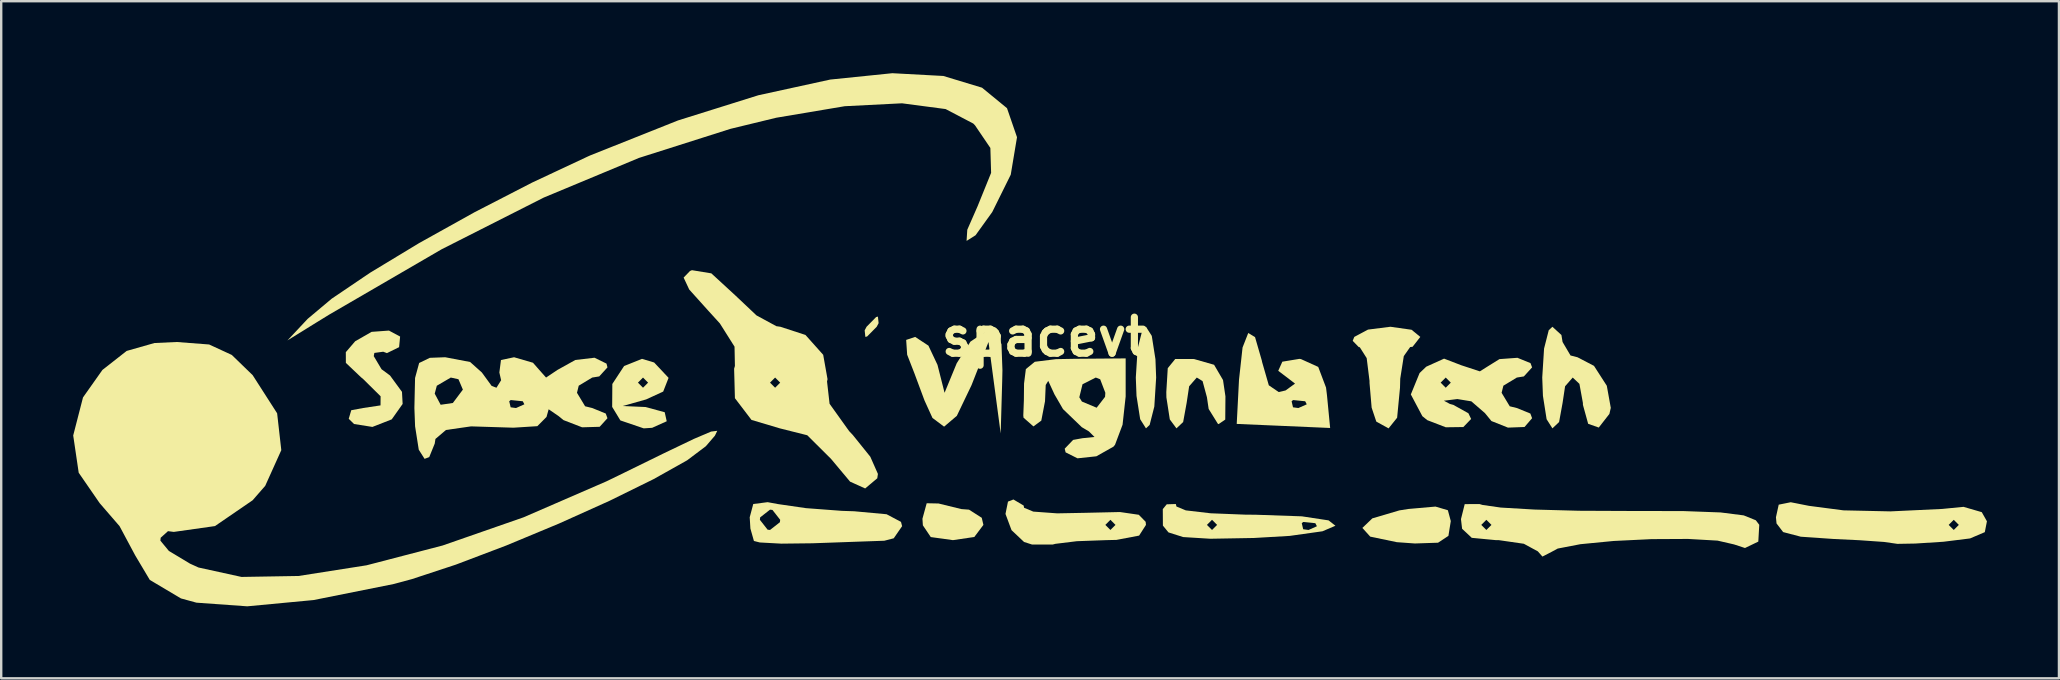
<source format=kicad_pcb>
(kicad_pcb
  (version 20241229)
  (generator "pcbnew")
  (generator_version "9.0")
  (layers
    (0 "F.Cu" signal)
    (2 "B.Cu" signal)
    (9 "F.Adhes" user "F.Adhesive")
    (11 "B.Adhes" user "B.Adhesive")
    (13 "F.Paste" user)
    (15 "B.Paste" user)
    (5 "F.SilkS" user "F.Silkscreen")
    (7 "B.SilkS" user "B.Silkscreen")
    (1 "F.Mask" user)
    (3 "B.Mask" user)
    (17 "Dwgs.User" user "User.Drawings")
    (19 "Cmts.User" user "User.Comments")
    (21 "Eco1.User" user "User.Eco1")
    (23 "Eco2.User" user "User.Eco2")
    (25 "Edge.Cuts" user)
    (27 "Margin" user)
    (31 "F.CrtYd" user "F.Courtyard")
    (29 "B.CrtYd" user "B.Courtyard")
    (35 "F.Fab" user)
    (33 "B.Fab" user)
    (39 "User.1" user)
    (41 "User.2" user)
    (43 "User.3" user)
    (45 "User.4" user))
  (footprint "spacevt"
    (layer "F.Cu")
    (at 40.462 10.987)
    (property "Reference" "spacevt" (at 0 0 0) (layer "F.SilkS") (effects (font (size 1.5 1.5) (thickness 0.3))))
    (attr board_only exclude_from_pos_files exclude_from_bom)
    (fp_poly (pts (xy -6.906 -0.573) (xy -6.985 -0.423) (xy -7.384 -0.019) (xy -7.458 0) (xy -7.487 -0.273) (xy -7.408 -0.423) (xy -7.009 -0.828) (xy -6.935 -0.847)) (stroke (width 0) (type solid)) (fill yes) (layer "F.SilkS"))
    (fp_poly (pts (xy -4.41 6.94) (xy -3.457 7.173) (xy -3.14 7.197) (xy -2.609 7.536) (xy -2.54 7.832) (xy -2.919 8.336) (xy -3.81 8.467) (xy -4.733 8.339) (xy -5.062 7.85) (xy -5.08 7.575) (xy -4.903 6.93)) (stroke (width 0) (type solid)) (fill yes) (layer "F.SilkS"))
    (fp_poly (pts (xy 4.475 -0.043) (xy 4.628 0.931) (xy 4.657 1.693) (xy 4.581 2.901) (xy 4.386 3.667) (xy 4.233 3.81) (xy 3.992 3.429) (xy 3.839 2.456) (xy 3.81 1.693) (xy 3.886 0.486) (xy 4.081 -0.28) (xy 4.233 -0.423)) (stroke (width 0) (type solid)) (fill yes) (layer "F.SilkS"))
    (fp_poly (pts (xy 16.811 7.221) (xy 16.933 7.672) (xy 16.834 8.289) (xy 16.402 8.574) (xy 15.437 8.606) (xy 14.685 8.552) (xy 13.577 8.321) (xy 13.249 7.958) (xy 13.664 7.56) (xy 14.789 7.228) (xy 15.169 7.168) (xy 16.295 7.069)) (stroke (width 0) (type solid)) (fill yes) (layer "F.SilkS"))
    (fp_poly (pts (xy 15.299 -0.298) (xy 15.663 0) (xy 15.341 0.411) (xy 15.24 0.423) (xy 14.975 0.799) (xy 14.827 1.737) (xy 14.817 2.117) (xy 14.697 3.367) (xy 14.34 3.811) (xy 13.829 3.528) (xy 13.635 2.947) (xy 13.547 1.918) (xy 13.547 1.834) (xy 13.429 0.884) (xy 13.141 0.43) (xy 13.098 0.423) (xy 12.846 0.164) (xy 12.912 0) (xy 13.484 -0.305) (xy 14.418 -0.423)) (stroke (width 0) (type solid)) (fill yes) (layer "F.SilkS"))
    (fp_poly (pts (xy 6.21 0.92) (xy 6.244 0.924) (xy 7.071 1.161) (xy 7.443 1.797) (xy 7.544 2.478) (xy 7.536 3.444) (xy 7.258 3.634) (xy 7.227 3.617) (xy 6.845 3.002) (xy 6.773 2.515) (xy 6.591 1.841) (xy 6.35 1.693) (xy 6.032 2.056) (xy 5.927 2.752) (xy 5.782 3.547) (xy 5.503 3.81) (xy 5.226 3.437) (xy 5.084 2.519) (xy 5.08 2.3) (xy 5.141 1.302) (xy 5.453 0.919)) (stroke (width 0) (type solid)) (fill yes) (layer "F.SilkS"))
    (fp_poly (pts (xy -16.258 1.066) (xy -15.657 1.706) (xy -15.881 2.277) (xy -16.591 2.604) (xy -17.568 2.879) (xy -16.616 2.921) (xy -15.818 3.138) (xy -15.734 3.514) (xy -16.341 3.787) (xy -16.693 3.81) (xy -17.665 3.479) (xy -18.007 2.916) (xy -18 1.961) (xy -17.964 1.905) (xy -16.933 1.905) (xy -16.722 2.117) (xy -16.51 1.905) (xy -16.722 1.693) (xy -16.933 1.905) (xy -17.964 1.905) (xy -17.51 1.213) (xy -16.763 0.914)) (stroke (width 0) (type solid)) (fill yes) (layer "F.SilkS"))
    (fp_poly (pts (xy -1.991 -0.177) (xy -1.787 0.304) (xy -1.747 1.388) (xy -1.757 1.837) (xy -1.82 4.022) (xy -2.074 2.117) (xy -2.328 0.212) (xy -3.035 2.011) (xy -3.647 3.288) (xy -4.178 3.739) (xy -4.663 3.375) (xy -4.995 2.646) (xy -5.415 1.516) (xy -5.717 0.741) (xy -5.758 0.125) (xy -5.383 0) (xy -4.831 0.363) (xy -4.453 1.164) (xy -4.158 2.328) (xy -3.651 1.096) (xy -3.08 0.196) (xy -2.42 -0.242) (xy -2.418 -0.242)) (stroke (width 0) (type solid)) (fill yes) (layer "F.SilkS"))
    (fp_poly (pts (xy 21.542 -0.08) (xy 21.59 0.212) (xy 21.921 0.773) (xy 22.21 0.847) (xy 22.899 1.206) (xy 23.433 2.035) (xy 23.599 2.957) (xy 23.541 3.208) (xy 23.098 3.776) (xy 22.656 3.62) (xy 22.438 2.83) (xy 22.437 2.752) (xy 22.292 1.956) (xy 22.013 1.693) (xy 21.695 2.056) (xy 21.59 2.752) (xy 21.445 3.547) (xy 21.167 3.81) (xy 20.925 3.429) (xy 20.772 2.456) (xy 20.743 1.693) (xy 20.819 0.486) (xy 21.014 -0.28) (xy 21.167 -0.423)) (stroke (width 0) (type solid)) (fill yes) (layer "F.SilkS"))
    (fp_poly (pts (xy -26.842 -0.015) (xy -26.884 0.427) (xy -27.391 0.675) (xy -27.546 0.617) (xy -27.915 0.667) (xy -27.94 0.801) (xy -27.616 1.346) (xy -27.262 1.608) (xy -26.764 2.289) (xy -26.737 2.793) (xy -27.191 3.435) (xy -27.996 3.75) (xy -28.761 3.629) (xy -28.983 3.411) (xy -28.877 3.054) (xy -28.388 2.963) (xy -27.658 2.853) (xy -27.655 2.473) (xy -28.384 1.753) (xy -28.469 1.683) (xy -29.102 1.082) (xy -29.104 0.635) (xy -28.714 0.181) (xy -28.03 -0.211) (xy -27.307 -0.264)) (stroke (width 0) (type solid)) (fill yes) (layer "F.SilkS"))
    (fp_poly (pts (xy -0.862 7.027) (xy -0.847 7.117) (xy -0.463 7.278) (xy 0.534 7.351) (xy 1.693 7.329) (xy 3.149 7.296) (xy 3.934 7.41) (xy 4.22 7.703) (xy 4.233 7.832) (xy 3.947 8.278) (xy 3.003 8.457) (xy 2.575 8.467) (xy 1.355 8.511) (xy 0.459 8.621) (xy 0.352 8.649) (xy -0.517 8.649) (xy -0.847 8.543) (xy -1.368 8.051) (xy -1.45 7.832) (xy 2.54 7.832) (xy 2.752 8.043) (xy 2.963 7.832) (xy 2.752 7.62) (xy 2.54 7.832) (xy -1.45 7.832) (xy -1.62 7.375) (xy -1.516 6.861) (xy -1.289 6.773)) (stroke (width 0) (type solid)) (fill yes) (layer "F.SilkS"))
    (fp_poly (pts (xy 31.856 7.038) (xy 33.293 7.226) (xy 35.249 7.269) (xy 37.406 7.167) (xy 38.295 7.08) (xy 39.055 7.301) (xy 39.27 7.681) (xy 39.182 8.134) (xy 38.567 8.396) (xy 37.458 8.534) (xy 36.283 8.609) (xy 35.539 8.622) (xy 35.415 8.604) (xy 34.982 8.542) (xy 33.951 8.47) (xy 32.905 8.42) (xy 31.515 8.324) (xy 30.779 8.131) (xy 30.551 7.832) (xy 37.677 7.832) (xy 37.888 8.043) (xy 38.1 7.832) (xy 37.888 7.62) (xy 37.677 7.832) (xy 30.551 7.832) (xy 30.504 7.771) (xy 30.48 7.514) (xy 30.595 6.989) (xy 31.096 6.888)) (stroke (width 0) (type solid)) (fill yes) (layer "F.SilkS"))
    (fp_poly (pts (xy -11.098 6.965) (xy -9.933 7.134) (xy -8.434 7.247) (xy -7.923 7.264) (xy -6.574 7.388) (xy -5.974 7.706) (xy -5.927 7.885) (xy -6.276 8.39) (xy -6.668 8.492) (xy -7.503 8.521) (xy -8.819 8.568) (xy -9.667 8.598) (xy -10.959 8.613) (xy -11.856 8.564) (xy -12.101 8.502) (xy -12.248 7.983) (xy -12.27 7.62) (xy -11.853 7.62) (xy -11.531 8.031) (xy -11.43 8.043) (xy -11.019 7.721) (xy -11.007 7.62) (xy -11.329 7.209) (xy -11.43 7.197) (xy -11.841 7.519) (xy -11.853 7.62) (xy -12.27 7.62) (xy -12.277 7.516) (xy -12.129 6.962) (xy -11.53 6.885)) (stroke (width 0) (type solid)) (fill yes) (layer "F.SilkS"))
    (fp_poly (pts (xy 8.777 0.008) (xy 9.061 0.989) (xy 9.071 1.043) (xy 9.351 2.016) (xy 9.763 2.297) (xy 10.048 2.231) (xy 10.443 1.945) (xy 10.244 1.792) (xy 9.744 1.412) (xy 9.915 1.032) (xy 10.625 0.915) (xy 10.689 0.923) (xy 11.41 1.25) (xy 11.735 2.11) (xy 11.774 2.426) (xy 11.906 3.794) (xy 9.96 3.709) (xy 8.014 3.625) (xy 8.063 2.681) (xy 10.301 2.681) (xy 10.359 2.933) (xy 10.583 2.963) (xy 10.932 2.808) (xy 10.866 2.681) (xy 10.363 2.63) (xy 10.301 2.681) (xy 8.063 2.681) (xy 8.109 1.788) (xy 8.257 0.441) (xy 8.494 -0.163)) (stroke (width 0) (type solid)) (fill yes) (layer "F.SilkS"))
    (fp_poly (pts (xy 5.503 7.066) (xy 5.892 7.227) (xy 6.924 7.348) (xy 8.396 7.406) (xy 8.784 7.408) (xy 10.728 7.475) (xy 11.842 7.644) (xy 12.127 7.867) (xy 11.587 8.098) (xy 10.223 8.29) (xy 8.732 8.377) (xy 6.916 8.409) (xy 5.783 8.339) (xy 5.171 8.145) (xy 4.938 7.861) (xy 4.938 7.832) (xy 6.773 7.832) (xy 6.985 8.043) (xy 7.197 7.832) (xy 7.126 7.761) (xy 10.724 7.761) (xy 10.783 8.013) (xy 11.007 8.043) (xy 11.355 7.888) (xy 11.289 7.761) (xy 10.786 7.71) (xy 10.724 7.761) (xy 7.126 7.761) (xy 6.985 7.62) (xy 6.773 7.832) (xy 4.938 7.832) (xy 4.934 7.173) (xy 5.098 6.974) (xy 5.477 6.962)) (stroke (width 0) (type solid)) (fill yes) (layer "F.SilkS"))
    (fp_poly (pts (xy -4.209 -10.872) (xy -2.598 -10.384) (xy -1.557 -9.53) (xy -1.14 -8.32) (xy -1.401 -6.759) (xy -2.172 -5.202) (xy -2.868 -4.235) (xy -3.241 -4) (xy -3.212 -4.465) (xy -2.783 -5.443) (xy -2.219 -6.835) (xy -2.25 -7.872) (xy -2.889 -8.814) (xy -2.963 -8.89) (xy -4.114 -9.493) (xy -5.931 -9.733) (xy -8.316 -9.612) (xy -11.169 -9.132) (xy -13.078 -8.669) (xy -16.889 -7.458) (xy -20.858 -5.805) (xy -25.116 -3.649) (xy -29.793 -0.931) (xy -30.323 -0.605) (xy -31.538 0.147) (xy -30.692 -0.754) (xy -29.693 -1.592) (xy -28.091 -2.675) (xy -26.052 -3.908) (xy -23.746 -5.192) (xy -21.342 -6.43) (xy -19.009 -7.523) (xy -18.91 -7.567) (xy -15.264 -9.019) (xy -11.917 -10.068) (xy -8.922 -10.722) (xy -6.335 -10.987)) (stroke (width 0) (type solid)) (fill yes) (layer "F.SilkS"))
    (fp_poly (pts (xy 18.255 7.001) (xy 19.016 7.11) (xy 20.423 7.193) (xy 22.273 7.243) (xy 24.352 7.252) (xy 26.622 7.256) (xy 28.174 7.313) (xy 29.138 7.436) (xy 29.641 7.639) (xy 29.785 7.828) (xy 29.745 8.528) (xy 29.19 8.795) (xy 28.733 8.645) (xy 28.047 8.487) (xy 26.818 8.417) (xy 25.293 8.425) (xy 23.715 8.502) (xy 22.332 8.636) (xy 21.387 8.818) (xy 21.124 8.96) (xy 20.751 9.152) (xy 20.56 8.935) (xy 19.976 8.618) (xy 18.939 8.468) (xy 18.813 8.467) (xy 17.807 8.371) (xy 17.404 7.993) (xy 17.385 7.832) (xy 18.203 7.832) (xy 18.415 8.043) (xy 18.627 7.832) (xy 18.415 7.62) (xy 18.203 7.832) (xy 17.385 7.832) (xy 17.357 7.591) (xy 17.513 6.966) (xy 18.131 6.964)) (stroke (width 0) (type solid)) (fill yes) (layer "F.SilkS"))
    (fp_poly (pts (xy -13.875 -2.648) (xy -12.882 -1.735) (xy -11.994 -0.896) (xy -11.166 -0.447) (xy -10.999 -0.423) (xy -9.954 -0.082) (xy -9.215 0.745) (xy -9.034 1.761) (xy -9.055 1.856) (xy -8.949 2.786) (xy -8.136 3.922) (xy -7.982 4.085) (xy -7.252 4.992) (xy -6.935 5.708) (xy -6.962 5.89) (xy -7.466 6.314) (xy -8.095 6.03) (xy -8.89 5.08) (xy -9.879 4.097) (xy -11.021 3.81) (xy -12.203 3.458) (xy -12.893 2.553) (xy -12.91 1.905) (xy -11.43 1.905) (xy -11.218 2.117) (xy -11.007 1.905) (xy -11.218 1.693) (xy -11.43 1.905) (xy -12.91 1.905) (xy -12.926 1.323) (xy -12.893 1.212) (xy -12.909 0.406) (xy -13.519 -0.561) (xy -13.998 -1.087) (xy -14.797 -1.975) (xy -15.03 -2.472) (xy -14.764 -2.747) (xy -14.683 -2.78)) (stroke (width 0) (type solid)) (fill yes) (layer "F.SilkS"))
    (fp_poly (pts (xy 3.387 2.48) (xy 3.258 3.658) (xy 2.943 4.495) (xy 2.879 4.572) (xy 2.166 4.974) (xy 1.38 5.058) (xy 0.885 4.81) (xy 0.847 4.657) (xy 1.197 4.291) (xy 1.587 4.22) (xy 2.088 4.169) (xy 1.856 3.937) (xy 1.56 3.761) (xy 0.777 3.008) (xy 0.492 2.516) (xy 1.456 2.516) (xy 1.564 2.693) (xy 2.178 2.95) (xy 2.528 2.497) (xy 2.54 2.328) (xy 2.325 1.765) (xy 2.142 1.693) (xy 1.589 1.973) (xy 1.456 2.516) (xy 0.492 2.516) (xy 0.423 2.398) (xy 0.161 1.831) (xy 0.056 2.003) (xy 0.027 2.681) (xy -0.128 3.488) (xy -0.455 3.729) (xy -0.868 3.366) (xy -0.878 3.27) (xy -0.854 2.644) (xy -0.847 1.946) (xy -0.771 1.34) (xy -0.399 1.036) (xy 0.483 0.926) (xy 1.27 0.912) (xy 3.387 0.895)) (stroke (width 0) (type solid)) (fill yes) (layer "F.SilkS"))
    (fp_poly (pts (xy 20.254 1.092) (xy 20.32 1.27) (xy 19.977 1.646) (xy 19.685 1.693) (xy 19.124 2.032) (xy 19.05 2.328) (xy 19.389 2.89) (xy 19.685 2.963) (xy 20.248 3.192) (xy 20.32 3.387) (xy 20.005 3.753) (xy 19.314 3.779) (xy 18.626 3.505) (xy 18.356 3.175) (xy 17.789 2.684) (xy 17.206 2.589) (xy 16.646 2.658) (xy 16.897 2.793) (xy 17.039 2.832) (xy 17.667 3.181) (xy 17.78 3.418) (xy 17.455 3.755) (xy 16.724 3.765) (xy 15.953 3.468) (xy 15.748 3.302) (xy 15.268 2.397) (xy 15.469 1.905) (xy 16.51 1.905) (xy 16.722 2.117) (xy 16.933 1.905) (xy 16.722 1.693) (xy 16.51 1.905) (xy 15.469 1.905) (xy 15.633 1.505) (xy 15.909 1.241) (xy 16.653 0.905) (xy 17.371 1.181) (xy 18.145 1.435) (xy 18.42 1.261) (xy 18.96 0.925) (xy 19.71 0.87)) (stroke (width 0) (type solid)) (fill yes) (layer "F.SilkS"))
    (fp_poly (pts (xy -34.8 0.315) (xy -33.855 0.751) (xy -32.985 1.594) (xy -31.966 3.182) (xy -31.792 4.718) (xy -32.462 6.204) (xy -32.987 6.806) (xy -34.555 7.881) (xy -36.271 8.124) (xy -36.513 8.093) (xy -36.817 8.366) (xy -36.83 8.488) (xy -36.476 8.917) (xy -35.594 9.447) (xy -35.242 9.607) (xy -33.45 10) (xy -31.073 9.96) (xy -28.239 9.515) (xy -25.073 8.691) (xy -21.701 7.517) (xy -18.251 6.02) (xy -17.78 5.792) (xy -15.857 4.85) (xy -14.593 4.245) (xy -13.885 3.944) (xy -13.629 3.912) (xy -13.725 4.113) (xy -14.07 4.515) (xy -14.105 4.555) (xy -14.882 5.14) (xy -16.281 5.925) (xy -18.122 6.831) (xy -20.229 7.779) (xy -22.421 8.691) (xy -24.522 9.488) (xy -26.352 10.091) (xy -27.093 10.291) (xy -30.446 10.963) (xy -33.212 11.224) (xy -35.328 11.072) (xy -35.974 10.895) (xy -37.271 10.124) (xy -37.879 9.103) (xy -38.532 7.883) (xy -39.36 6.925) (xy -40.233 5.659) (xy -40.462 4.106) (xy -40.054 2.521) (xy -39.245 1.376) (xy -38.235 0.584) (xy -37.076 0.254) (xy -36.151 0.212)) (stroke (width 0) (type solid)) (fill yes) (layer "F.SilkS"))
    (fp_poly (pts (xy -21.306 1.076) (xy -21.043 1.376) (xy -20.761 1.693) (xy -20.288 1.376) (xy -19.542 0.961) (xy -18.743 0.867) (xy -18.243 1.112) (xy -18.203 1.27) (xy -18.546 1.646) (xy -18.838 1.693) (xy -19.4 2.032) (xy -19.473 2.328) (xy -19.134 2.89) (xy -18.838 2.963) (xy -18.275 3.192) (xy -18.203 3.387) (xy -18.528 3.745) (xy -19.259 3.766) (xy -20.035 3.466) (xy -20.235 3.302) (xy -20.653 3.015) (xy -20.743 3.335) (xy -21.125 3.719) (xy -22.119 3.782) (xy -23.884 3.727) (xy -24.931 3.877) (xy -25.37 4.251) (xy -25.4 4.445) (xy -25.629 5.008) (xy -25.823 5.08) (xy -26.065 4.699) (xy -26.218 3.726) (xy -26.247 2.963) (xy -26.234 2.364) (xy -25.4 2.364) (xy -25.153 2.827) (xy -24.645 2.753) (xy -24.591 2.681) (xy -22.296 2.681) (xy -22.237 2.933) (xy -22.013 2.963) (xy -21.665 2.808) (xy -21.731 2.681) (xy -22.234 2.63) (xy -22.296 2.681) (xy -24.591 2.681) (xy -24.227 2.196) (xy -24.411 1.764) (xy -24.73 1.693) (xy -25.313 2.034) (xy -25.4 2.364) (xy -26.234 2.364) (xy -26.219 1.71) (xy -26.049 1.086) (xy -25.603 0.871) (xy -24.963 0.847) (xy -23.925 1.045) (xy -23.436 1.482) (xy -23.028 2.042) (xy -22.828 2.117) (xy -22.634 1.805) (xy -22.707 1.482) (xy -22.64 0.963) (xy -22.094 0.847)) (stroke (width 0) (type solid)) (fill yes) (layer "F.SilkS")))
  (gr_rect
    (start -3 -3)
    (end 82.733 25.211)
    (stroke (width 0.1) (type default))
    (fill no)
    (layer "Edge.Cuts")))
</source>
